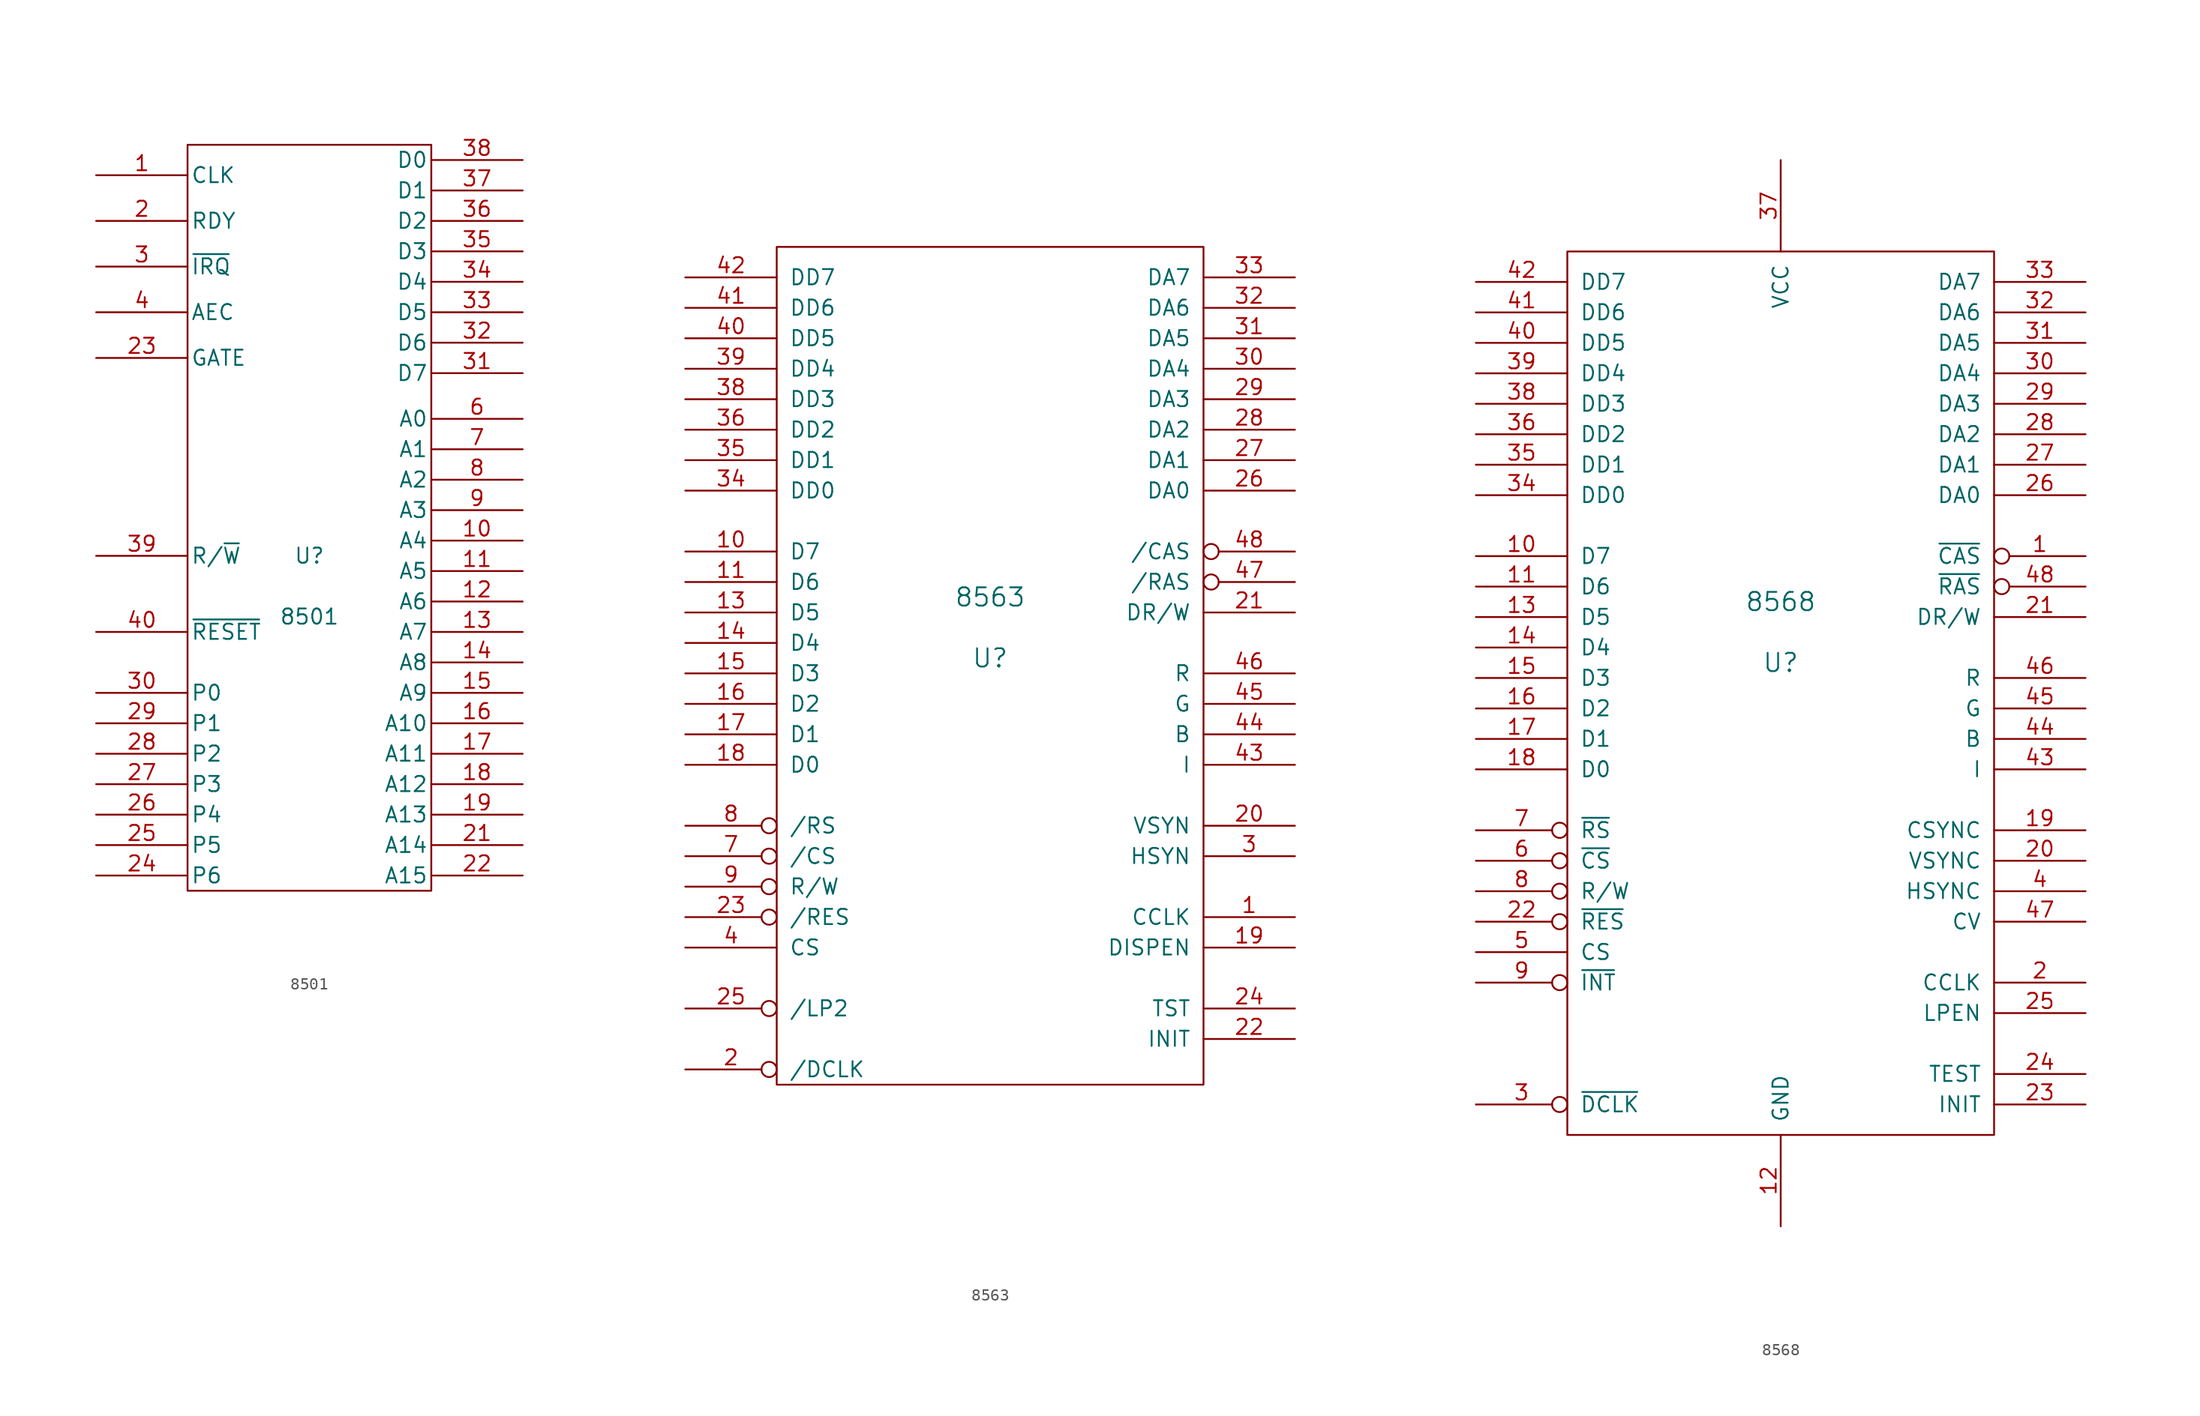
<source format=kicad_sym>
(kicad_symbol_lib
  (version 20231120)
  (generator "kicad_symbol_editor")
  (generator_version "8.0")
  (symbol "8501"
    (pin_names
      (offset 0.254))
    (property "Reference" "U"
      (at 0 -15.24 0)
      (effects (font (size 1.27 1.27))))
    (property "Value" "8501"
      (at 0 -20.32 0)
      (effects (font (size 1.27 1.27))))
    (property "Footprint" ""
      (at 0 0 0)
      (effects (font (size 1.27 1.27))))
    (property "Datasheet" ""
      (at 0 0 0)
      (effects (font (size 1.27 1.27))))
    (symbol "8501_0_0"
      (pin power_in line (at 0 -43.18 90) (length 1.27) hide (name "GND" (effects (font (size 1.27 1.27)))) (number "20" (effects (font (size 1.27 1.27)))))
      (pin power_in line (at 0 20.32 270) (length 1.27) hide (name "Vcc" (effects (font (size 1.27 1.27)))) (number "5" (effects (font (size 1.27 1.27))))))
    (symbol "8501_0_1"
      (rectangle (start -10.16 19.05) (end 10.16 -43.18) (stroke (width 0) (type solid)) (fill (type none))))
    (symbol "8501_1_1"
      (pin input line (at -17.78 16.51 0) (length 7.62) (name "CLK" (effects (font (size 1.27 1.27)))) (number "1" (effects (font (size 1.27 1.27)))))
      (pin output line (at 17.78 -13.97 180) (length 7.62) (name "A4" (effects (font (size 1.27 1.27)))) (number "10" (effects (font (size 1.27 1.27)))))
      (pin output line (at 17.78 -16.51 180) (length 7.62) (name "A5" (effects (font (size 1.27 1.27)))) (number "11" (effects (font (size 1.27 1.27)))))
      (pin output line (at 17.78 -19.05 180) (length 7.62) (name "A6" (effects (font (size 1.27 1.27)))) (number "12" (effects (font (size 1.27 1.27)))))
      (pin output line (at 17.78 -21.59 180) (length 7.62) (name "A7" (effects (font (size 1.27 1.27)))) (number "13" (effects (font (size 1.27 1.27)))))
      (pin output line (at 17.78 -24.13 180) (length 7.62) (name "A8" (effects (font (size 1.27 1.27)))) (number "14" (effects (font (size 1.27 1.27)))))
      (pin output line (at 17.78 -26.67 180) (length 7.62) (name "A9" (effects (font (size 1.27 1.27)))) (number "15" (effects (font (size 1.27 1.27)))))
      (pin input line (at 17.78 -29.21 180) (length 7.62) (name "A10" (effects (font (size 1.27 1.27)))) (number "16" (effects (font (size 1.27 1.27)))))
      (pin output line (at 17.78 -31.75 180) (length 7.62) (name "A11" (effects (font (size 1.27 1.27)))) (number "17" (effects (font (size 1.27 1.27)))))
      (pin output line (at 17.78 -34.29 180) (length 7.62) (name "A12" (effects (font (size 1.27 1.27)))) (number "18" (effects (font (size 1.27 1.27)))))
      (pin output line (at 17.78 -36.83 180) (length 7.62) (name "A13" (effects (font (size 1.27 1.27)))) (number "19" (effects (font (size 1.27 1.27)))))
      (pin input line (at -17.78 12.7 0) (length 7.62) (name "RDY" (effects (font (size 1.27 1.27)))) (number "2" (effects (font (size 1.27 1.27)))))
      (pin output line (at 17.78 -39.37 180) (length 7.62) (name "A14" (effects (font (size 1.27 1.27)))) (number "21" (effects (font (size 1.27 1.27)))))
      (pin output line (at 17.78 -41.91 180) (length 7.62) (name "A15" (effects (font (size 1.27 1.27)))) (number "22" (effects (font (size 1.27 1.27)))))
      (pin output line (at -17.78 1.27 0) (length 7.62) (name "GATE" (effects (font (size 1.27 1.27)))) (number "23" (effects (font (size 1.27 1.27)))))
      (pin bidirectional line (at -17.78 -41.91 0) (length 7.62) (name "P6" (effects (font (size 1.27 1.27)))) (number "24" (effects (font (size 1.27 1.27)))))
      (pin bidirectional line (at -17.78 -39.37 0) (length 7.62) (name "P5" (effects (font (size 1.27 1.27)))) (number "25" (effects (font (size 1.27 1.27)))))
      (pin bidirectional line (at -17.78 -36.83 0) (length 7.62) (name "P4" (effects (font (size 1.27 1.27)))) (number "26" (effects (font (size 1.27 1.27)))))
      (pin bidirectional line (at -17.78 -34.29 0) (length 7.62) (name "P3" (effects (font (size 1.27 1.27)))) (number "27" (effects (font (size 1.27 1.27)))))
      (pin bidirectional line (at -17.78 -31.75 0) (length 7.62) (name "P2" (effects (font (size 1.27 1.27)))) (number "28" (effects (font (size 1.27 1.27)))))
      (pin bidirectional line (at -17.78 -29.21 0) (length 7.62) (name "P1" (effects (font (size 1.27 1.27)))) (number "29" (effects (font (size 1.27 1.27)))))
      (pin input line (at -17.78 8.89 0) (length 7.62) (name "~{IRQ}" (effects (font (size 1.27 1.27)))) (number "3" (effects (font (size 1.27 1.27)))))
      (pin bidirectional line (at -17.78 -26.67 0) (length 7.62) (name "P0" (effects (font (size 1.27 1.27)))) (number "30" (effects (font (size 1.27 1.27)))))
      (pin bidirectional line (at 17.78 0 180) (length 7.62) (name "D7" (effects (font (size 1.27 1.27)))) (number "31" (effects (font (size 1.27 1.27)))))
      (pin bidirectional line (at 17.78 2.54 180) (length 7.62) (name "D6" (effects (font (size 1.27 1.27)))) (number "32" (effects (font (size 1.27 1.27)))))
      (pin bidirectional line (at 17.78 5.08 180) (length 7.62) (name "D5" (effects (font (size 1.27 1.27)))) (number "33" (effects (font (size 1.27 1.27)))))
      (pin bidirectional line (at 17.78 7.62 180) (length 7.62) (name "D4" (effects (font (size 1.27 1.27)))) (number "34" (effects (font (size 1.27 1.27)))))
      (pin bidirectional line (at 17.78 10.16 180) (length 7.62) (name "D3" (effects (font (size 1.27 1.27)))) (number "35" (effects (font (size 1.27 1.27)))))
      (pin bidirectional line (at 17.78 12.7 180) (length 7.62) (name "D2" (effects (font (size 1.27 1.27)))) (number "36" (effects (font (size 1.27 1.27)))))
      (pin bidirectional line (at 17.78 15.24 180) (length 7.62) (name "D1" (effects (font (size 1.27 1.27)))) (number "37" (effects (font (size 1.27 1.27)))))
      (pin bidirectional line (at 17.78 17.78 180) (length 7.62) (name "D0" (effects (font (size 1.27 1.27)))) (number "38" (effects (font (size 1.27 1.27)))))
      (pin input line (at -17.78 -15.24 0) (length 7.62) (name "R/~{W}" (effects (font (size 1.27 1.27)))) (number "39" (effects (font (size 1.27 1.27)))))
      (pin input line (at -17.78 5.08 0) (length 7.62) (name "AEC" (effects (font (size 1.27 1.27)))) (number "4" (effects (font (size 1.27 1.27)))))
      (pin input line (at -17.78 -21.59 0) (length 7.62) (name "~{RESET}" (effects (font (size 1.27 1.27)))) (number "40" (effects (font (size 1.27 1.27)))))
      (pin output line (at 17.78 -3.81 180) (length 7.62) (name "A0" (effects (font (size 1.27 1.27)))) (number "6" (effects (font (size 1.27 1.27)))))
      (pin output line (at 17.78 -6.35 180) (length 7.62) (name "A1" (effects (font (size 1.27 1.27)))) (number "7" (effects (font (size 1.27 1.27)))))
      (pin output line (at 17.78 -8.89 180) (length 7.62) (name "A2" (effects (font (size 1.27 1.27)))) (number "8" (effects (font (size 1.27 1.27)))))
      (pin output line (at 17.78 -11.43 180) (length 7.62) (name "A3" (effects (font (size 1.27 1.27)))) (number "9" (effects (font (size 1.27 1.27)))))))
  (symbol "8563"
    (pin_names
      (offset 1.016))
    (property "Reference" "U"
      (at 0 -2.54 0)
      (effects (font (size 1.524 1.524))))
    (property "Value" "8563"
      (at 0 2.54 0)
      (effects (font (size 1.524 1.524))))
    (symbol "8563_0_1"
      (rectangle (start -17.78 31.75) (end 17.78 -38.1) (stroke (width 0) (type solid)) (fill (type none))))
    (symbol "8563_1_1"
      (pin input line (at 25.4 -24.13 180) (length 7.62) (name "CCLK" (effects (font (size 1.27 1.27)))) (number "1" (effects (font (size 1.27 1.27)))))
      (pin bidirectional line (at -25.4 6.35 0) (length 7.62) (name "D7" (effects (font (size 1.27 1.27)))) (number "10" (effects (font (size 1.27 1.27)))))
      (pin bidirectional line (at -25.4 3.81 0) (length 7.62) (name "D6" (effects (font (size 1.27 1.27)))) (number "11" (effects (font (size 1.27 1.27)))))
      (pin power_in line (at -2.54 -45.72 90) (length 7.62) hide (name "GND" (effects (font (size 1.27 1.27)))) (number "12" (effects (font (size 1.27 1.27)))))
      (pin bidirectional line (at -25.4 1.27 0) (length 7.62) (name "D5" (effects (font (size 1.27 1.27)))) (number "13" (effects (font (size 1.27 1.27)))))
      (pin bidirectional line (at -25.4 -1.27 0) (length 7.62) (name "D4" (effects (font (size 1.27 1.27)))) (number "14" (effects (font (size 1.27 1.27)))))
      (pin bidirectional line (at -25.4 -3.81 0) (length 7.62) (name "D3" (effects (font (size 1.27 1.27)))) (number "15" (effects (font (size 1.27 1.27)))))
      (pin bidirectional line (at -25.4 -6.35 0) (length 7.62) (name "D2" (effects (font (size 1.27 1.27)))) (number "16" (effects (font (size 1.27 1.27)))))
      (pin bidirectional line (at -25.4 -8.89 0) (length 7.62) (name "D1" (effects (font (size 1.27 1.27)))) (number "17" (effects (font (size 1.27 1.27)))))
      (pin bidirectional line (at -25.4 -11.43 0) (length 7.62) (name "D0" (effects (font (size 1.27 1.27)))) (number "18" (effects (font (size 1.27 1.27)))))
      (pin output line (at 25.4 -26.67 180) (length 7.62) (name "DISPEN" (effects (font (size 1.27 1.27)))) (number "19" (effects (font (size 1.27 1.27)))))
      (pin input inverted (at -25.4 -36.83 0) (length 7.62) (name "/DCLK" (effects (font (size 1.27 1.27)))) (number "2" (effects (font (size 1.27 1.27)))))
      (pin output line (at 25.4 -16.51 180) (length 7.62) (name "VSYN" (effects (font (size 1.27 1.27)))) (number "20" (effects (font (size 1.27 1.27)))))
      (pin output line (at 25.4 1.27 180) (length 7.62) (name "DR/W" (effects (font (size 1.27 1.27)))) (number "21" (effects (font (size 1.27 1.27)))))
      (pin input line (at 25.4 -34.29 180) (length 7.62) (name "INIT" (effects (font (size 1.27 1.27)))) (number "22" (effects (font (size 1.27 1.27)))))
      (pin input inverted (at -25.4 -24.13 0) (length 7.62) (name "/RES" (effects (font (size 1.27 1.27)))) (number "23" (effects (font (size 1.27 1.27)))))
      (pin input line (at 25.4 -31.75 180) (length 7.62) (name "TST" (effects (font (size 1.27 1.27)))) (number "24" (effects (font (size 1.27 1.27)))))
      (pin input inverted (at -25.4 -31.75 0) (length 7.62) (name "/LP2" (effects (font (size 1.27 1.27)))) (number "25" (effects (font (size 1.27 1.27)))))
      (pin bidirectional line (at 25.4 11.43 180) (length 7.62) (name "DA0" (effects (font (size 1.27 1.27)))) (number "26" (effects (font (size 1.27 1.27)))))
      (pin bidirectional line (at 25.4 13.97 180) (length 7.62) (name "DA1" (effects (font (size 1.27 1.27)))) (number "27" (effects (font (size 1.27 1.27)))))
      (pin bidirectional line (at 25.4 16.51 180) (length 7.62) (name "DA2" (effects (font (size 1.27 1.27)))) (number "28" (effects (font (size 1.27 1.27)))))
      (pin bidirectional line (at 25.4 19.05 180) (length 7.62) (name "DA3" (effects (font (size 1.27 1.27)))) (number "29" (effects (font (size 1.27 1.27)))))
      (pin output line (at 25.4 -19.05 180) (length 7.62) (name "HSYN" (effects (font (size 1.27 1.27)))) (number "3" (effects (font (size 1.27 1.27)))))
      (pin bidirectional line (at 25.4 21.59 180) (length 7.62) (name "DA4" (effects (font (size 1.27 1.27)))) (number "30" (effects (font (size 1.27 1.27)))))
      (pin bidirectional line (at 25.4 24.13 180) (length 7.62) (name "DA5" (effects (font (size 1.27 1.27)))) (number "31" (effects (font (size 1.27 1.27)))))
      (pin bidirectional line (at 25.4 26.67 180) (length 7.62) (name "DA6" (effects (font (size 1.27 1.27)))) (number "32" (effects (font (size 1.27 1.27)))))
      (pin bidirectional line (at 25.4 29.21 180) (length 7.62) (name "DA7" (effects (font (size 1.27 1.27)))) (number "33" (effects (font (size 1.27 1.27)))))
      (pin bidirectional line (at -25.4 11.43 0) (length 7.62) (name "DD0" (effects (font (size 1.27 1.27)))) (number "34" (effects (font (size 1.27 1.27)))))
      (pin bidirectional line (at -25.4 13.97 0) (length 7.62) (name "DD1" (effects (font (size 1.27 1.27)))) (number "35" (effects (font (size 1.27 1.27)))))
      (pin bidirectional line (at -25.4 16.51 0) (length 7.62) (name "DD2" (effects (font (size 1.27 1.27)))) (number "36" (effects (font (size 1.27 1.27)))))
      (pin power_in line (at -1.27 39.37 270) (length 7.62) hide (name "VCC" (effects (font (size 1.27 1.27)))) (number "37" (effects (font (size 1.27 1.27)))))
      (pin bidirectional line (at -25.4 19.05 0) (length 7.62) (name "DD3" (effects (font (size 1.27 1.27)))) (number "38" (effects (font (size 1.27 1.27)))))
      (pin bidirectional line (at -25.4 21.59 0) (length 7.62) (name "DD4" (effects (font (size 1.27 1.27)))) (number "39" (effects (font (size 1.27 1.27)))))
      (pin input line (at -25.4 -26.67 0) (length 7.62) (name "CS" (effects (font (size 1.27 1.27)))) (number "4" (effects (font (size 1.27 1.27)))))
      (pin bidirectional line (at -25.4 24.13 0) (length 7.62) (name "DD5" (effects (font (size 1.27 1.27)))) (number "40" (effects (font (size 1.27 1.27)))))
      (pin bidirectional line (at -25.4 26.67 0) (length 7.62) (name "DD6" (effects (font (size 1.27 1.27)))) (number "41" (effects (font (size 1.27 1.27)))))
      (pin bidirectional line (at -25.4 29.21 0) (length 7.62) (name "DD7" (effects (font (size 1.27 1.27)))) (number "42" (effects (font (size 1.27 1.27)))))
      (pin output line (at 25.4 -11.43 180) (length 7.62) (name "I" (effects (font (size 1.27 1.27)))) (number "43" (effects (font (size 1.27 1.27)))))
      (pin output line (at 25.4 -8.89 180) (length 7.62) (name "B" (effects (font (size 1.27 1.27)))) (number "44" (effects (font (size 1.27 1.27)))))
      (pin output line (at 25.4 -6.35 180) (length 7.62) (name "G" (effects (font (size 1.27 1.27)))) (number "45" (effects (font (size 1.27 1.27)))))
      (pin output line (at 25.4 -3.81 180) (length 7.62) (name "R" (effects (font (size 1.27 1.27)))) (number "46" (effects (font (size 1.27 1.27)))))
      (pin output inverted (at 25.4 3.81 180) (length 7.62) (name "/RAS" (effects (font (size 1.27 1.27)))) (number "47" (effects (font (size 1.27 1.27)))))
      (pin output inverted (at 25.4 6.35 180) (length 7.62) (name "/CAS" (effects (font (size 1.27 1.27)))) (number "48" (effects (font (size 1.27 1.27)))))
      (pin no_connect line (at 3.81 -43.18 90) (length 5.08) hide (name "nc" (effects (font (size 1.27 1.27)))) (number "5" (effects (font (size 1.27 1.27)))))
      (pin no_connect line (at 6.35 -43.18 90) (length 5.08) hide (name "nc" (effects (font (size 1.27 1.27)))) (number "6" (effects (font (size 1.27 1.27)))))
      (pin input inverted (at -25.4 -19.05 0) (length 7.62) (name "/CS" (effects (font (size 1.27 1.27)))) (number "7" (effects (font (size 1.27 1.27)))))
      (pin input inverted (at -25.4 -16.51 0) (length 7.62) (name "/RS" (effects (font (size 1.27 1.27)))) (number "8" (effects (font (size 1.27 1.27)))))
      (pin input inverted (at -25.4 -21.59 0) (length 7.62) (name "R/W" (effects (font (size 1.27 1.27)))) (number "9" (effects (font (size 1.27 1.27)))))))
  (symbol "8568"
    (pin_names
      (offset 1.016))
    (property "Reference" "U"
      (at 0 -2.54 0)
      (effects (font (size 1.524 1.524))))
    (property "Value" "8568"
      (at 0 2.54 0)
      (effects (font (size 1.524 1.524))))
    (symbol "8568_0_1"
      (rectangle (start -17.78 31.75) (end 17.78 -41.91) (stroke (width 0) (type solid)) (fill (type none))))
    (symbol "8568_1_1"
      (pin output inverted (at 25.4 6.35 180) (length 7.62) (name "~{CAS}" (effects (font (size 1.27 1.27)))) (number "1" (effects (font (size 1.27 1.27)))))
      (pin bidirectional line (at -25.4 6.35 0) (length 7.62) (name "D7" (effects (font (size 1.27 1.27)))) (number "10" (effects (font (size 1.27 1.27)))))
      (pin bidirectional line (at -25.4 3.81 0) (length 7.62) (name "D6" (effects (font (size 1.27 1.27)))) (number "11" (effects (font (size 1.27 1.27)))))
      (pin power_in line (at 0 -49.53 90) (length 7.62) (name "GND" (effects (font (size 1.27 1.27)))) (number "12" (effects (font (size 1.27 1.27)))))
      (pin bidirectional line (at -25.4 1.27 0) (length 7.62) (name "D5" (effects (font (size 1.27 1.27)))) (number "13" (effects (font (size 1.27 1.27)))))
      (pin bidirectional line (at -25.4 -1.27 0) (length 7.62) (name "D4" (effects (font (size 1.27 1.27)))) (number "14" (effects (font (size 1.27 1.27)))))
      (pin bidirectional line (at -25.4 -3.81 0) (length 7.62) (name "D3" (effects (font (size 1.27 1.27)))) (number "15" (effects (font (size 1.27 1.27)))))
      (pin bidirectional line (at -25.4 -6.35 0) (length 7.62) (name "D2" (effects (font (size 1.27 1.27)))) (number "16" (effects (font (size 1.27 1.27)))))
      (pin bidirectional line (at -25.4 -8.89 0) (length 7.62) (name "D1" (effects (font (size 1.27 1.27)))) (number "17" (effects (font (size 1.27 1.27)))))
      (pin bidirectional line (at -25.4 -11.43 0) (length 7.62) (name "D0" (effects (font (size 1.27 1.27)))) (number "18" (effects (font (size 1.27 1.27)))))
      (pin input line (at 25.4 -16.51 180) (length 7.62) (name "CSYNC" (effects (font (size 1.27 1.27)))) (number "19" (effects (font (size 1.27 1.27)))))
      (pin input line (at 25.4 -29.21 180) (length 7.62) (name "CCLK" (effects (font (size 1.27 1.27)))) (number "2" (effects (font (size 1.27 1.27)))))
      (pin output line (at 25.4 -19.05 180) (length 7.62) (name "VSYNC" (effects (font (size 1.27 1.27)))) (number "20" (effects (font (size 1.27 1.27)))))
      (pin output line (at 25.4 1.27 180) (length 7.62) (name "DR/W" (effects (font (size 1.27 1.27)))) (number "21" (effects (font (size 1.27 1.27)))))
      (pin input inverted (at -25.4 -24.13 0) (length 7.62) (name "~{RES}" (effects (font (size 1.27 1.27)))) (number "22" (effects (font (size 1.27 1.27)))))
      (pin input line (at 25.4 -39.37 180) (length 7.62) (name "INIT" (effects (font (size 1.27 1.27)))) (number "23" (effects (font (size 1.27 1.27)))))
      (pin input line (at 25.4 -36.83 180) (length 7.62) (name "TEST" (effects (font (size 1.27 1.27)))) (number "24" (effects (font (size 1.27 1.27)))))
      (pin output line (at 25.4 -31.75 180) (length 7.62) (name "LPEN" (effects (font (size 1.27 1.27)))) (number "25" (effects (font (size 1.27 1.27)))))
      (pin output line (at 25.4 11.43 180) (length 7.62) (name "DA0" (effects (font (size 1.27 1.27)))) (number "26" (effects (font (size 1.27 1.27)))))
      (pin output line (at 25.4 13.97 180) (length 7.62) (name "DA1" (effects (font (size 1.27 1.27)))) (number "27" (effects (font (size 1.27 1.27)))))
      (pin output line (at 25.4 16.51 180) (length 7.62) (name "DA2" (effects (font (size 1.27 1.27)))) (number "28" (effects (font (size 1.27 1.27)))))
      (pin output line (at 25.4 19.05 180) (length 7.62) (name "DA3" (effects (font (size 1.27 1.27)))) (number "29" (effects (font (size 1.27 1.27)))))
      (pin input inverted (at -25.4 -39.37 0) (length 7.62) (name "~{DCLK}" (effects (font (size 1.27 1.27)))) (number "3" (effects (font (size 1.27 1.27)))))
      (pin output line (at 25.4 21.59 180) (length 7.62) (name "DA4" (effects (font (size 1.27 1.27)))) (number "30" (effects (font (size 1.27 1.27)))))
      (pin output line (at 25.4 24.13 180) (length 7.62) (name "DA5" (effects (font (size 1.27 1.27)))) (number "31" (effects (font (size 1.27 1.27)))))
      (pin output line (at 25.4 26.67 180) (length 7.62) (name "DA6" (effects (font (size 1.27 1.27)))) (number "32" (effects (font (size 1.27 1.27)))))
      (pin output line (at 25.4 29.21 180) (length 7.62) (name "DA7" (effects (font (size 1.27 1.27)))) (number "33" (effects (font (size 1.27 1.27)))))
      (pin bidirectional line (at -25.4 11.43 0) (length 7.62) (name "DD0" (effects (font (size 1.27 1.27)))) (number "34" (effects (font (size 1.27 1.27)))))
      (pin bidirectional line (at -25.4 13.97 0) (length 7.62) (name "DD1" (effects (font (size 1.27 1.27)))) (number "35" (effects (font (size 1.27 1.27)))))
      (pin bidirectional line (at -25.4 16.51 0) (length 7.62) (name "DD2" (effects (font (size 1.27 1.27)))) (number "36" (effects (font (size 1.27 1.27)))))
      (pin power_in line (at 0 39.37 270) (length 7.62) (name "VCC" (effects (font (size 1.27 1.27)))) (number "37" (effects (font (size 1.27 1.27)))))
      (pin bidirectional line (at -25.4 19.05 0) (length 7.62) (name "DD3" (effects (font (size 1.27 1.27)))) (number "38" (effects (font (size 1.27 1.27)))))
      (pin bidirectional line (at -25.4 21.59 0) (length 7.62) (name "DD4" (effects (font (size 1.27 1.27)))) (number "39" (effects (font (size 1.27 1.27)))))
      (pin output line (at 25.4 -21.59 180) (length 7.62) (name "HSYNC" (effects (font (size 1.27 1.27)))) (number "4" (effects (font (size 1.27 1.27)))))
      (pin bidirectional line (at -25.4 24.13 0) (length 7.62) (name "DD5" (effects (font (size 1.27 1.27)))) (number "40" (effects (font (size 1.27 1.27)))))
      (pin bidirectional line (at -25.4 26.67 0) (length 7.62) (name "DD6" (effects (font (size 1.27 1.27)))) (number "41" (effects (font (size 1.27 1.27)))))
      (pin bidirectional line (at -25.4 29.21 0) (length 7.62) (name "DD7" (effects (font (size 1.27 1.27)))) (number "42" (effects (font (size 1.27 1.27)))))
      (pin output line (at 25.4 -11.43 180) (length 7.62) (name "I" (effects (font (size 1.27 1.27)))) (number "43" (effects (font (size 1.27 1.27)))))
      (pin output line (at 25.4 -8.89 180) (length 7.62) (name "B" (effects (font (size 1.27 1.27)))) (number "44" (effects (font (size 1.27 1.27)))))
      (pin output line (at 25.4 -6.35 180) (length 7.62) (name "G" (effects (font (size 1.27 1.27)))) (number "45" (effects (font (size 1.27 1.27)))))
      (pin output line (at 25.4 -3.81 180) (length 7.62) (name "R" (effects (font (size 1.27 1.27)))) (number "46" (effects (font (size 1.27 1.27)))))
      (pin output line (at 25.4 -24.13 180) (length 7.62) (name "CV" (effects (font (size 1.27 1.27)))) (number "47" (effects (font (size 1.27 1.27)))))
      (pin output inverted (at 25.4 3.81 180) (length 7.62) (name "~{RAS}" (effects (font (size 1.27 1.27)))) (number "48" (effects (font (size 1.27 1.27)))))
      (pin input line (at -25.4 -26.67 0) (length 7.62) (name "CS" (effects (font (size 1.27 1.27)))) (number "5" (effects (font (size 1.27 1.27)))))
      (pin input inverted (at -25.4 -19.05 0) (length 7.62) (name "~{CS}" (effects (font (size 1.27 1.27)))) (number "6" (effects (font (size 1.27 1.27)))))
      (pin input inverted (at -25.4 -16.51 0) (length 7.62) (name "~{RS}" (effects (font (size 1.27 1.27)))) (number "7" (effects (font (size 1.27 1.27)))))
      (pin input inverted (at -25.4 -21.59 0) (length 7.62) (name "R/W" (effects (font (size 1.27 1.27)))) (number "8" (effects (font (size 1.27 1.27)))))
      (pin input inverted (at -25.4 -29.21 0) (length 7.62) (name "~{INT}" (effects (font (size 1.27 1.27)))) (number "9" (effects (font (size 1.27 1.27))))))))
</source>
